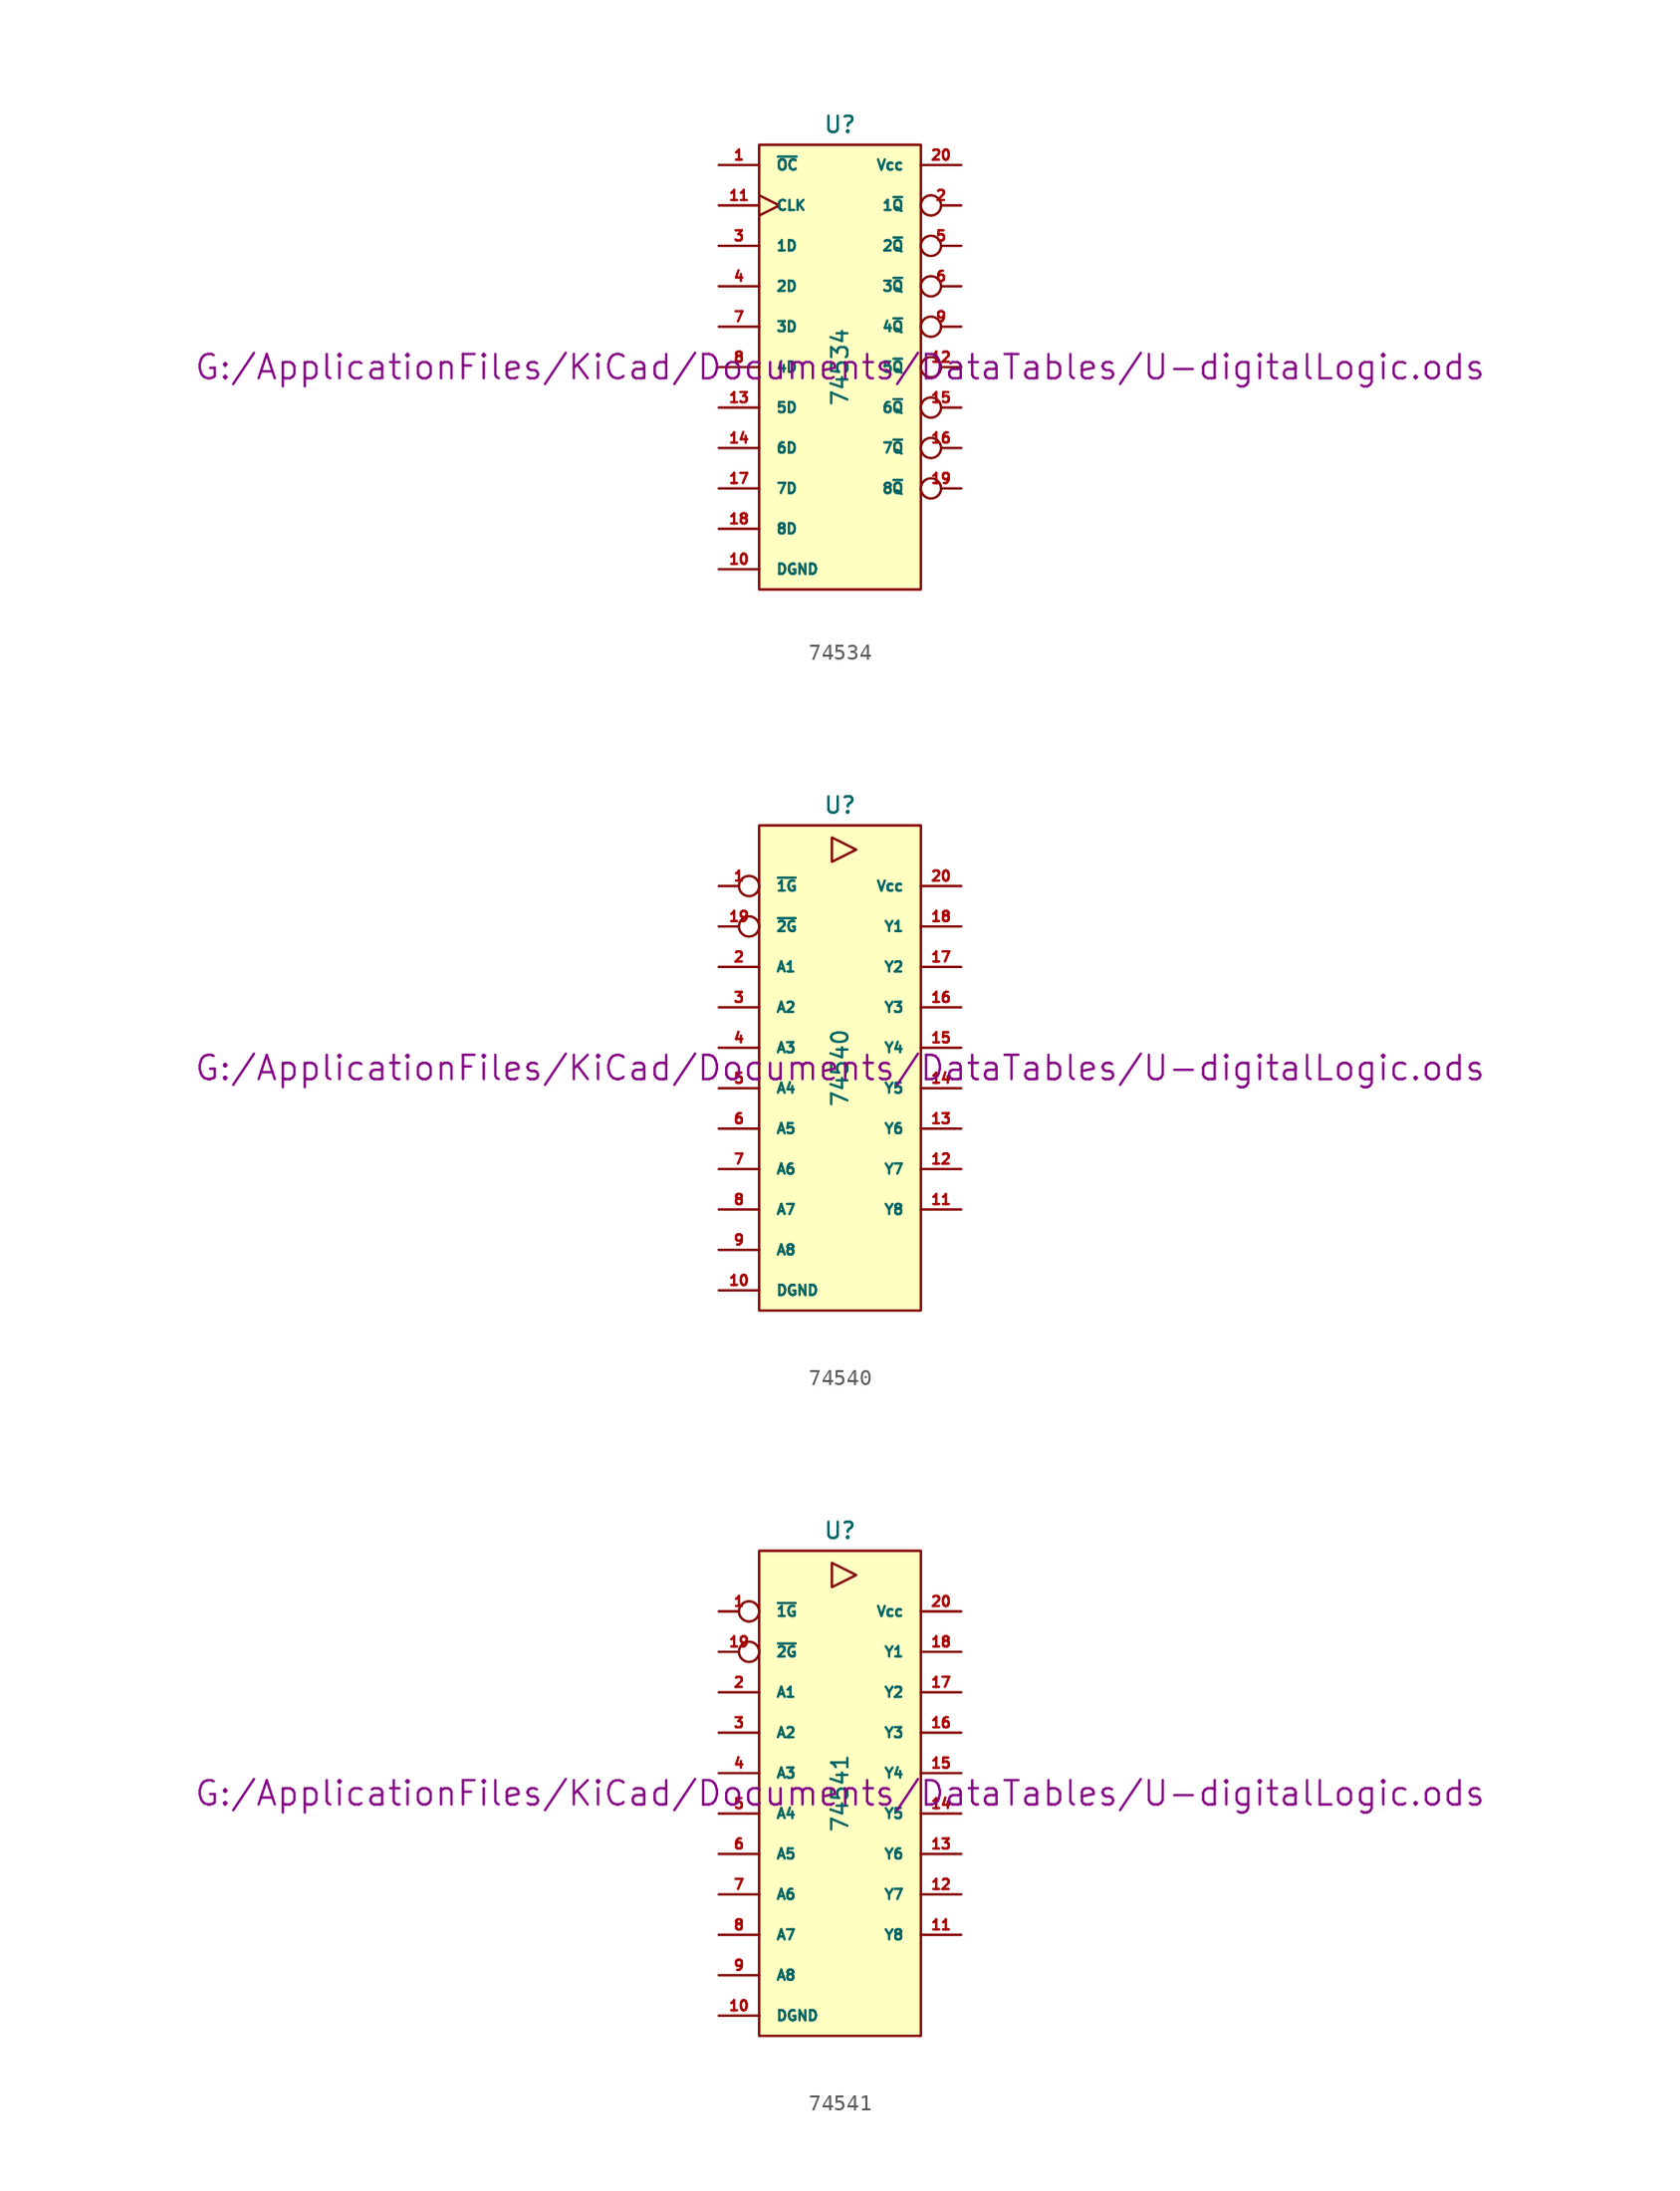
<source format=kicad_sym>
(kicad_symbol_lib
  (version 20211014)
  (generator kicad_symbol_editor)
  (symbol "74534"
    (pin_names
      (offset 1.016))
    (property "Reference" "U"
      (at 0 15.24 0)
      (effects (font (size 1.016 1.016))))
    (property "Value" "74534"
      (at 0 0 90)
      (effects (font (size 1.016 1.016))))
    (property "Footprint" ""
      (at 0 0 0)
      (effects (font (size 1.524 1.524))))
    (property "Datasheet" "G:/ApplicationFiles/KiCad/Documents/DataTables/U-digitalLogic.ods"
      (at 0 0 0)
      (effects (font (size 1.524 1.524))))
    (symbol "74534_0_1"
      (rectangle (start -5.08 13.97) (end 5.08 -13.97) (stroke (width 0) (type default) (color 0 0 0 0)) (fill (type background))))
    (symbol "74534_1_1"
      (pin input line (at -7.62 12.7 0) (length 2.54) (name "~{OC}" (effects (font (size 0.635 0.635)))) (number "1" (effects (font (size 0.635 0.635)))))
      (pin power_in line (at -7.62 -12.7 0) (length 2.54) (name "DGND" (effects (font (size 0.635 0.635)))) (number "10" (effects (font (size 0.635 0.635)))))
      (pin input clock (at -7.62 10.16 0) (length 2.54) (name "CLK" (effects (font (size 0.635 0.635)))) (number "11" (effects (font (size 0.635 0.635)))))
      (pin tri_state inverted (at 7.62 0 180) (length 2.54) (name "5~{Q}" (effects (font (size 0.635 0.635)))) (number "12" (effects (font (size 0.635 0.635)))))
      (pin input line (at -7.62 -2.54 0) (length 2.54) (name "5D" (effects (font (size 0.635 0.635)))) (number "13" (effects (font (size 0.635 0.635)))))
      (pin input line (at -7.62 -5.08 0) (length 2.54) (name "6D" (effects (font (size 0.635 0.635)))) (number "14" (effects (font (size 0.635 0.635)))))
      (pin tri_state inverted (at 7.62 -2.54 180) (length 2.54) (name "6~{Q}" (effects (font (size 0.635 0.635)))) (number "15" (effects (font (size 0.635 0.635)))))
      (pin tri_state inverted (at 7.62 -5.08 180) (length 2.54) (name "7~{Q}" (effects (font (size 0.635 0.635)))) (number "16" (effects (font (size 0.635 0.635)))))
      (pin input line (at -7.62 -7.62 0) (length 2.54) (name "7D" (effects (font (size 0.635 0.635)))) (number "17" (effects (font (size 0.635 0.635)))))
      (pin input line (at -7.62 -10.16 0) (length 2.54) (name "8D" (effects (font (size 0.635 0.635)))) (number "18" (effects (font (size 0.635 0.635)))))
      (pin tri_state inverted (at 7.62 -7.62 180) (length 2.54) (name "8~{Q}" (effects (font (size 0.635 0.635)))) (number "19" (effects (font (size 0.635 0.635)))))
      (pin tri_state inverted (at 7.62 10.16 180) (length 2.54) (name "1~{Q}" (effects (font (size 0.635 0.635)))) (number "2" (effects (font (size 0.635 0.635)))))
      (pin power_in line (at 7.62 12.7 180) (length 2.54) (name "Vcc" (effects (font (size 0.635 0.635)))) (number "20" (effects (font (size 0.635 0.635)))))
      (pin input line (at -7.62 7.62 0) (length 2.54) (name "1D" (effects (font (size 0.635 0.635)))) (number "3" (effects (font (size 0.635 0.635)))))
      (pin input line (at -7.62 5.08 0) (length 2.54) (name "2D" (effects (font (size 0.635 0.635)))) (number "4" (effects (font (size 0.635 0.635)))))
      (pin tri_state inverted (at 7.62 7.62 180) (length 2.54) (name "2~{Q}" (effects (font (size 0.635 0.635)))) (number "5" (effects (font (size 0.635 0.635)))))
      (pin tri_state inverted (at 7.62 5.08 180) (length 2.54) (name "3~{Q}" (effects (font (size 0.635 0.635)))) (number "6" (effects (font (size 0.635 0.635)))))
      (pin input line (at -7.62 2.54 0) (length 2.54) (name "3D" (effects (font (size 0.635 0.635)))) (number "7" (effects (font (size 0.635 0.635)))))
      (pin input line (at -7.62 0 0) (length 2.54) (name "4D" (effects (font (size 0.635 0.635)))) (number "8" (effects (font (size 0.635 0.635)))))
      (pin tri_state inverted (at 7.62 2.54 180) (length 2.54) (name "4~{Q}" (effects (font (size 0.635 0.635)))) (number "9" (effects (font (size 0.635 0.635)))))))
  (symbol "74540"
    (pin_names
      (offset 1.016))
    (property "Reference" "U"
      (at 0 16.51 0)
      (effects (font (size 1.016 1.016))))
    (property "Value" "74540"
      (at 0 0 90)
      (effects (font (size 1.016 1.016))))
    (property "Footprint" ""
      (at 0 0 0)
      (effects (font (size 1.524 1.524))))
    (property "Datasheet" "G:/ApplicationFiles/KiCad/Documents/DataTables/U-digitalLogic.ods"
      (at 0 0 0)
      (effects (font (size 1.524 1.524))))
    (symbol "74540_0_0"
      (polyline (pts (xy -0.508 14.478) (xy -0.508 12.954) (xy 1.016 13.716) (xy -0.508 14.478)) (stroke (width 0) (type default) (color 0 0 0 0)) (fill (type none))))
    (symbol "74540_0_1"
      (rectangle (start -5.08 15.24) (end 5.08 -15.24) (stroke (width 0) (type default) (color 0 0 0 0)) (fill (type background))))
    (symbol "74540_1_1"
      (pin input inverted (at -7.62 11.43 0) (length 2.54) (name "~{1G}" (effects (font (size 0.635 0.635)))) (number "1" (effects (font (size 0.635 0.635)))))
      (pin power_in line (at -7.62 -13.97 0) (length 2.54) (name "DGND" (effects (font (size 0.635 0.635)))) (number "10" (effects (font (size 0.635 0.635)))))
      (pin tri_state line (at 7.62 -8.89 180) (length 2.54) (name "Y8" (effects (font (size 0.635 0.635)))) (number "11" (effects (font (size 0.635 0.635)))))
      (pin tri_state line (at 7.62 -6.35 180) (length 2.54) (name "Y7" (effects (font (size 0.635 0.635)))) (number "12" (effects (font (size 0.635 0.635)))))
      (pin tri_state line (at 7.62 -3.81 180) (length 2.54) (name "Y6" (effects (font (size 0.635 0.635)))) (number "13" (effects (font (size 0.635 0.635)))))
      (pin tri_state line (at 7.62 -1.27 180) (length 2.54) (name "Y5" (effects (font (size 0.635 0.635)))) (number "14" (effects (font (size 0.635 0.635)))))
      (pin tri_state line (at 7.62 1.27 180) (length 2.54) (name "Y4" (effects (font (size 0.635 0.635)))) (number "15" (effects (font (size 0.635 0.635)))))
      (pin tri_state line (at 7.62 3.81 180) (length 2.54) (name "Y3" (effects (font (size 0.635 0.635)))) (number "16" (effects (font (size 0.635 0.635)))))
      (pin tri_state line (at 7.62 6.35 180) (length 2.54) (name "Y2" (effects (font (size 0.635 0.635)))) (number "17" (effects (font (size 0.635 0.635)))))
      (pin tri_state line (at 7.62 8.89 180) (length 2.54) (name "Y1" (effects (font (size 0.635 0.635)))) (number "18" (effects (font (size 0.635 0.635)))))
      (pin input inverted (at -7.62 8.89 0) (length 2.54) (name "~{2G}" (effects (font (size 0.635 0.635)))) (number "19" (effects (font (size 0.635 0.635)))))
      (pin input line (at -7.62 6.35 0) (length 2.54) (name "A1" (effects (font (size 0.635 0.635)))) (number "2" (effects (font (size 0.635 0.635)))))
      (pin power_in line (at 7.62 11.43 180) (length 2.54) (name "Vcc" (effects (font (size 0.635 0.635)))) (number "20" (effects (font (size 0.635 0.635)))))
      (pin input line (at -7.62 3.81 0) (length 2.54) (name "A2" (effects (font (size 0.635 0.635)))) (number "3" (effects (font (size 0.635 0.635)))))
      (pin input line (at -7.62 1.27 0) (length 2.54) (name "A3" (effects (font (size 0.635 0.635)))) (number "4" (effects (font (size 0.635 0.635)))))
      (pin input line (at -7.62 -1.27 0) (length 2.54) (name "A4" (effects (font (size 0.635 0.635)))) (number "5" (effects (font (size 0.635 0.635)))))
      (pin input line (at -7.62 -3.81 0) (length 2.54) (name "A5" (effects (font (size 0.635 0.635)))) (number "6" (effects (font (size 0.635 0.635)))))
      (pin input line (at -7.62 -6.35 0) (length 2.54) (name "A6" (effects (font (size 0.635 0.635)))) (number "7" (effects (font (size 0.635 0.635)))))
      (pin input line (at -7.62 -8.89 0) (length 2.54) (name "A7" (effects (font (size 0.635 0.635)))) (number "8" (effects (font (size 0.635 0.635)))))
      (pin input line (at -7.62 -11.43 0) (length 2.54) (name "A8" (effects (font (size 0.635 0.635)))) (number "9" (effects (font (size 0.635 0.635)))))))
  (symbol "74541"
    (pin_names
      (offset 1.016))
    (property "Reference" "U"
      (at 0 16.51 0)
      (effects (font (size 1.016 1.016))))
    (property "Value" "74541"
      (at 0 0 90)
      (effects (font (size 1.016 1.016))))
    (property "Footprint" ""
      (at 0 0 0)
      (effects (font (size 1.524 1.524))))
    (property "Datasheet" "G:/ApplicationFiles/KiCad/Documents/DataTables/U-digitalLogic.ods"
      (at 0 0 0)
      (effects (font (size 1.524 1.524))))
    (symbol "74541_0_0"
      (polyline (pts (xy -0.508 14.478) (xy -0.508 12.954) (xy 1.016 13.716) (xy -0.508 14.478)) (stroke (width 0) (type default) (color 0 0 0 0)) (fill (type none))))
    (symbol "74541_0_1"
      (rectangle (start -5.08 15.24) (end 5.08 -15.24) (stroke (width 0) (type default) (color 0 0 0 0)) (fill (type background))))
    (symbol "74541_1_1"
      (pin input inverted (at -7.62 11.43 0) (length 2.54) (name "~{1G}" (effects (font (size 0.635 0.635)))) (number "1" (effects (font (size 0.635 0.635)))))
      (pin power_in line (at -7.62 -13.97 0) (length 2.54) (name "DGND" (effects (font (size 0.635 0.635)))) (number "10" (effects (font (size 0.635 0.635)))))
      (pin tri_state line (at 7.62 -8.89 180) (length 2.54) (name "Y8" (effects (font (size 0.635 0.635)))) (number "11" (effects (font (size 0.635 0.635)))))
      (pin tri_state line (at 7.62 -6.35 180) (length 2.54) (name "Y7" (effects (font (size 0.635 0.635)))) (number "12" (effects (font (size 0.635 0.635)))))
      (pin tri_state line (at 7.62 -3.81 180) (length 2.54) (name "Y6" (effects (font (size 0.635 0.635)))) (number "13" (effects (font (size 0.635 0.635)))))
      (pin tri_state line (at 7.62 -1.27 180) (length 2.54) (name "Y5" (effects (font (size 0.635 0.635)))) (number "14" (effects (font (size 0.635 0.635)))))
      (pin tri_state line (at 7.62 1.27 180) (length 2.54) (name "Y4" (effects (font (size 0.635 0.635)))) (number "15" (effects (font (size 0.635 0.635)))))
      (pin tri_state line (at 7.62 3.81 180) (length 2.54) (name "Y3" (effects (font (size 0.635 0.635)))) (number "16" (effects (font (size 0.635 0.635)))))
      (pin tri_state line (at 7.62 6.35 180) (length 2.54) (name "Y2" (effects (font (size 0.635 0.635)))) (number "17" (effects (font (size 0.635 0.635)))))
      (pin tri_state line (at 7.62 8.89 180) (length 2.54) (name "Y1" (effects (font (size 0.635 0.635)))) (number "18" (effects (font (size 0.635 0.635)))))
      (pin input inverted (at -7.62 8.89 0) (length 2.54) (name "~{2G}" (effects (font (size 0.635 0.635)))) (number "19" (effects (font (size 0.635 0.635)))))
      (pin input line (at -7.62 6.35 0) (length 2.54) (name "A1" (effects (font (size 0.635 0.635)))) (number "2" (effects (font (size 0.635 0.635)))))
      (pin power_in line (at 7.62 11.43 180) (length 2.54) (name "Vcc" (effects (font (size 0.635 0.635)))) (number "20" (effects (font (size 0.635 0.635)))))
      (pin input line (at -7.62 3.81 0) (length 2.54) (name "A2" (effects (font (size 0.635 0.635)))) (number "3" (effects (font (size 0.635 0.635)))))
      (pin input line (at -7.62 1.27 0) (length 2.54) (name "A3" (effects (font (size 0.635 0.635)))) (number "4" (effects (font (size 0.635 0.635)))))
      (pin input line (at -7.62 -1.27 0) (length 2.54) (name "A4" (effects (font (size 0.635 0.635)))) (number "5" (effects (font (size 0.635 0.635)))))
      (pin input line (at -7.62 -3.81 0) (length 2.54) (name "A5" (effects (font (size 0.635 0.635)))) (number "6" (effects (font (size 0.635 0.635)))))
      (pin input line (at -7.62 -6.35 0) (length 2.54) (name "A6" (effects (font (size 0.635 0.635)))) (number "7" (effects (font (size 0.635 0.635)))))
      (pin input line (at -7.62 -8.89 0) (length 2.54) (name "A7" (effects (font (size 0.635 0.635)))) (number "8" (effects (font (size 0.635 0.635)))))
      (pin input line (at -7.62 -11.43 0) (length 2.54) (name "A8" (effects (font (size 0.635 0.635)))) (number "9" (effects (font (size 0.635 0.635))))))))
</source>
